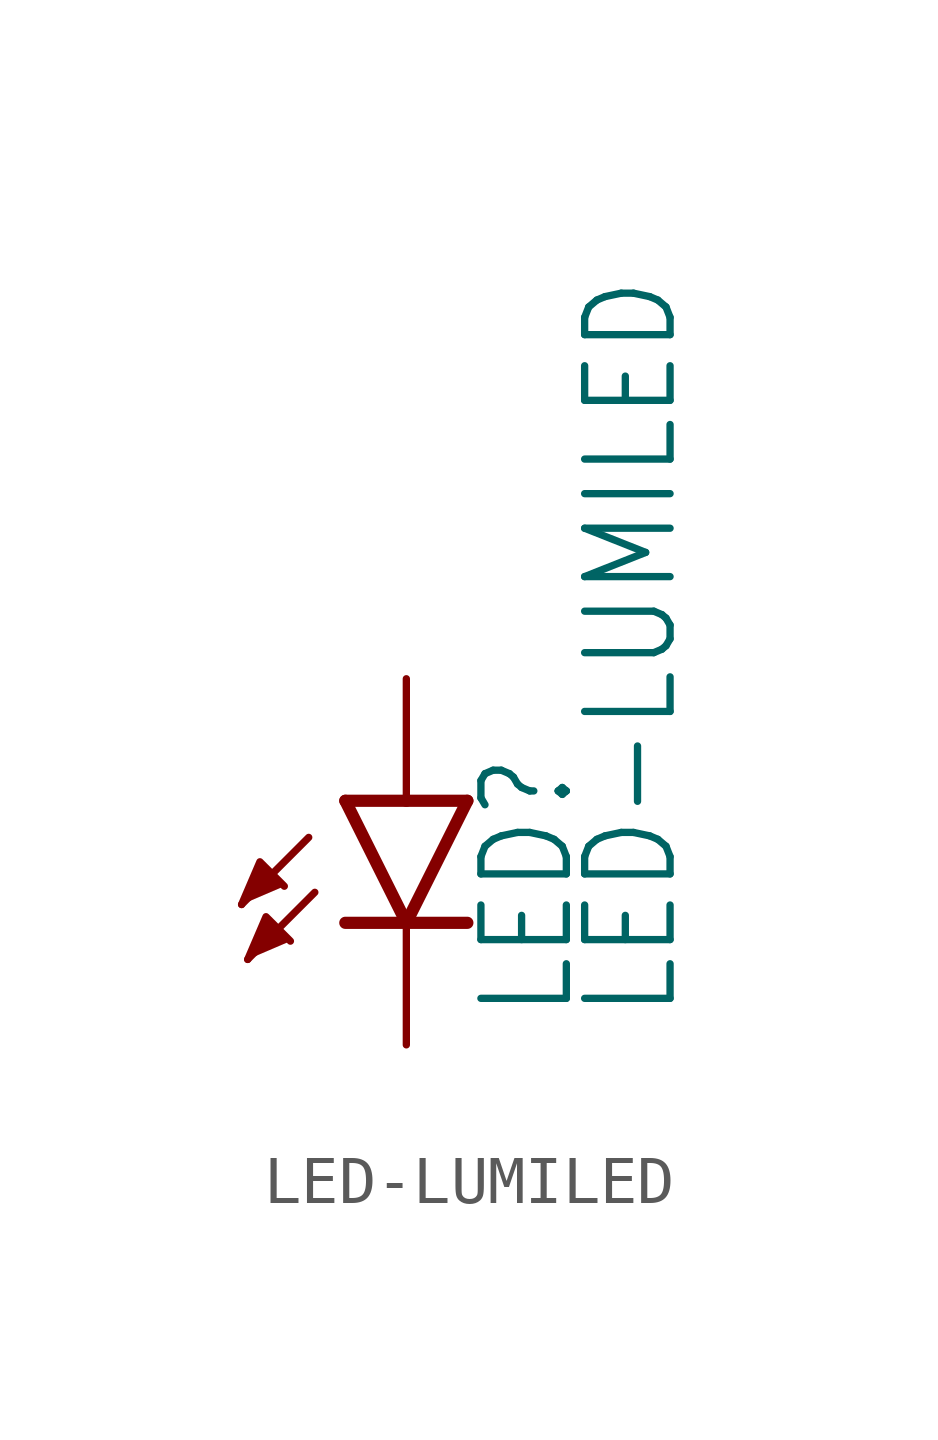
<source format=kicad_sym>
(kicad_symbol_lib
  (version 20200126)
  (host kicad_symbol_editor "(5.99.0-2281-g2f31bf278-dirty)")
  (symbol "LED-LUMILED"
    (property "Reference" "LED"
      (at 3.556 -4.572 90)
      (effects (font (size 1.778 1.511)) (justify left bottom)))
    (property "Value" "LED-LUMILED"
      (at 5.715 -4.572 90)
      (effects (font (size 1.778 1.511)) (justify left bottom)))
    (property "ki_locked" ""
      (at 0 0 0)
      (effects (font (size 1.27 1.27))))
    (symbol "LED-LUMILED_1_0"
      (polyline (pts (xy 1.27 0) (xy 0 -2.54)) (stroke (width 0.254)) (fill (type none)))
      (polyline (pts (xy 0 -2.54) (xy -1.27 0)) (stroke (width 0.254)) (fill (type none)))
      (polyline (pts (xy 1.27 -2.54) (xy 0 -2.54)) (stroke (width 0.254)) (fill (type none)))
      (polyline (pts (xy 0 -2.54) (xy -1.27 -2.54)) (stroke (width 0.254)) (fill (type none)))
      (polyline (pts (xy 1.27 0) (xy 0 0)) (stroke (width 0.254)) (fill (type none)))
      (polyline (pts (xy 0 0) (xy -1.27 0)) (stroke (width 0.254)) (fill (type none)))
      (polyline (pts (xy -2.032 -0.762) (xy -3.429 -2.159)) (stroke (width 0.152)) (fill (type none)))
      (polyline (pts (xy -1.905 -1.905) (xy -3.302 -3.302)) (stroke (width 0.152)) (fill (type none)))
      (polyline (pts (xy -3.429 -2.159) (xy -3.048 -1.27) (xy -2.54 -1.778)) (stroke (width 0)) (fill (type outline)))
      (polyline (pts (xy -3.302 -3.302) (xy -2.921 -2.413) (xy -2.413 -2.921)) (stroke (width 0)) (fill (type outline)))
      (pin passive line (at 0 -5.08 90) (length 2.54) (name "C" (effects (font (size 0 0)))) (number "4-" (effects (font (size 0 0)))))
      (pin passive line (at 0 2.54 270) (length 2.54) (name "A" (effects (font (size 0 0)))) (number "2+" (effects (font (size 0 0))))))))
</source>
